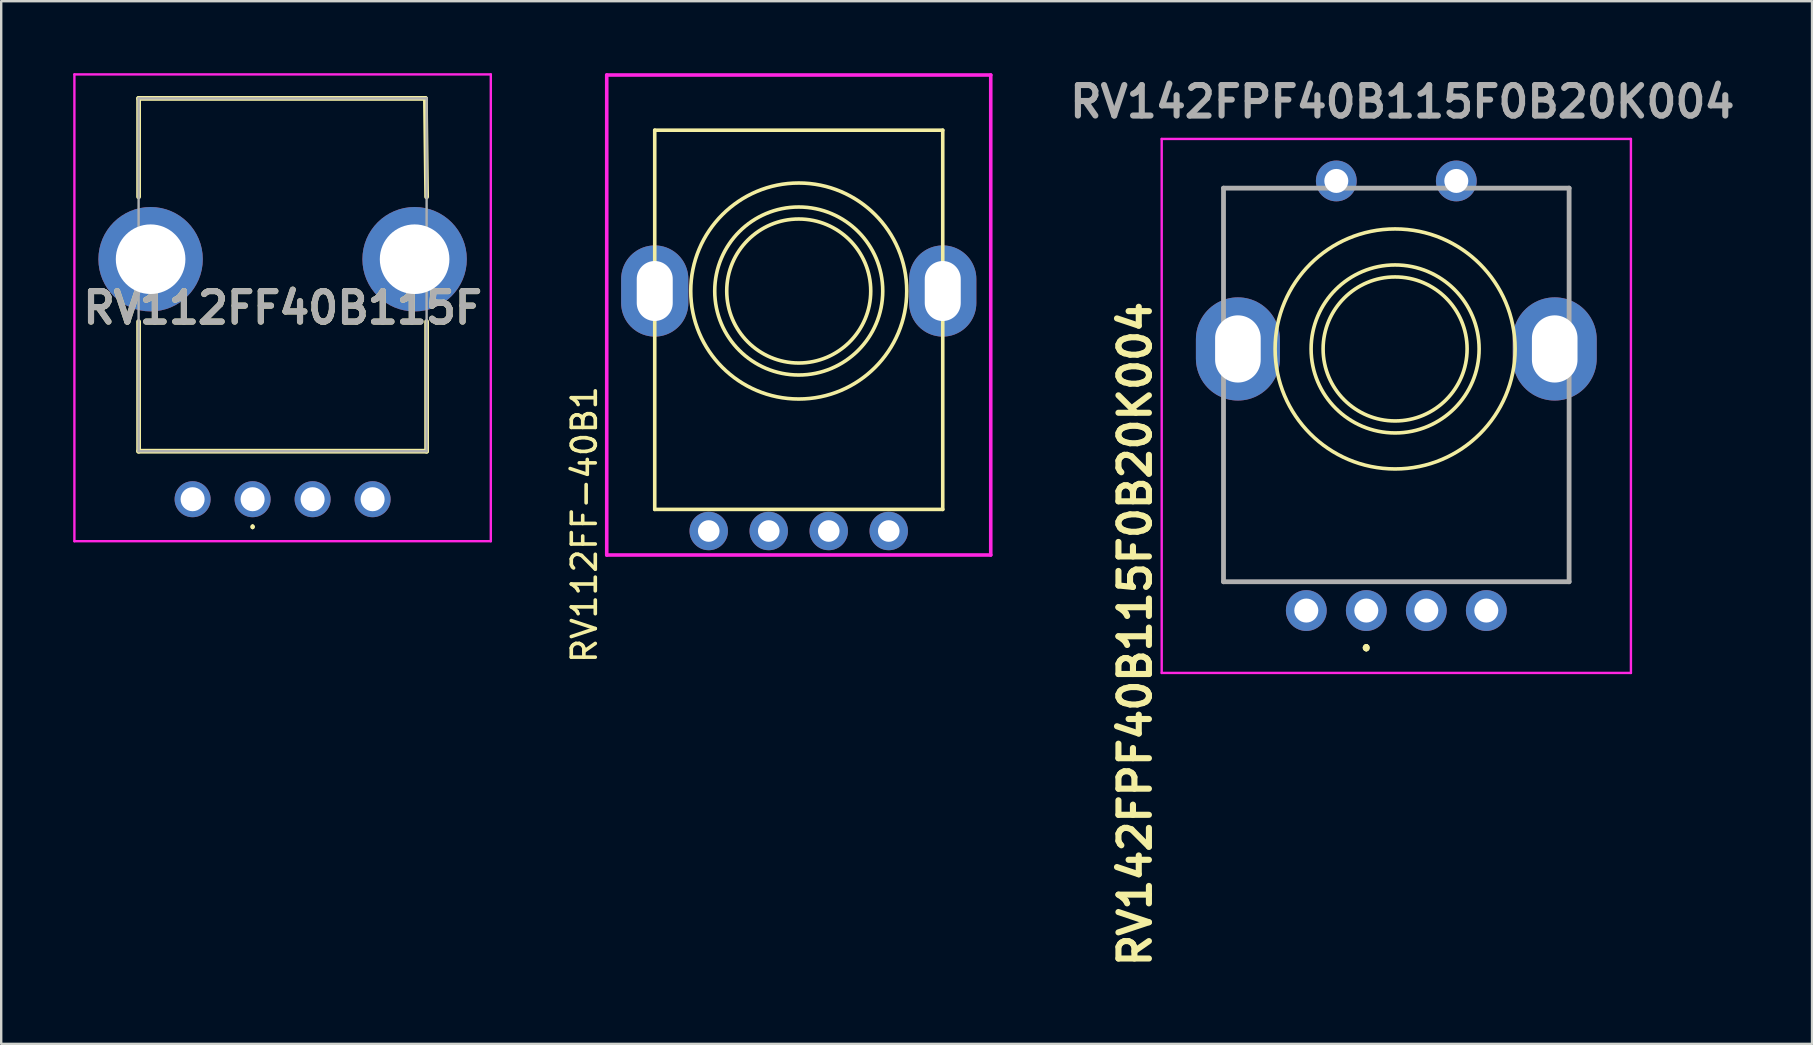
<source format=kicad_pcb>
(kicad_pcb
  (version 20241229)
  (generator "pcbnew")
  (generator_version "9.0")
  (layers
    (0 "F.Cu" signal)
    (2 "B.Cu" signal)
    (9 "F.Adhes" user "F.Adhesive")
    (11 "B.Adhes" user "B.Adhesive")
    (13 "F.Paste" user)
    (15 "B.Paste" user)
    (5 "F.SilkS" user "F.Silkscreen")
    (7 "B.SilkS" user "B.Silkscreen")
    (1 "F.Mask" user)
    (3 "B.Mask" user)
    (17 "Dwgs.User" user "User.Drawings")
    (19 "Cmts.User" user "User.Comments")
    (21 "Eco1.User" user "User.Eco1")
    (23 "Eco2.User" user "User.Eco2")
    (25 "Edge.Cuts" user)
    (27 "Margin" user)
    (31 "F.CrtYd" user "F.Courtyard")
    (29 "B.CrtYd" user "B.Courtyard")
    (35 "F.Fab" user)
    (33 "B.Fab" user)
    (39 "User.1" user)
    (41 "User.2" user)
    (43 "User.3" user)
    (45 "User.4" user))
  (footprint "RV112FF-40B1"
    (layer "F.Cu")
    (at 30.23 9.075)
    (property "Reference" "RV112FF-40B1" (at -8.932 9.731 270) (layer "F.SilkS") (effects (font (size 1 1) (thickness 0.15))))
    (attr through_hole)
    (fp_line (start -6 9.1) (end -6 -6.7) (stroke (width 0.15) (type solid)) (layer "F.SilkS"))
    (fp_line (start 6 -6.7) (end -6 -6.7) (stroke (width 0.15) (type solid)) (layer "F.SilkS"))
    (fp_line (start 6 -6.7) (end 6 9.1) (stroke (width 0.15) (type solid)) (layer "F.SilkS"))
    (fp_line (start 6 9.1) (end -6 9.1) (stroke (width 0.15) (type solid)) (layer "F.SilkS"))
    (fp_circle (center 0 0) (end 3 0) (stroke (width 0.15) (type solid)) (fill no) (layer "F.SilkS"))
    (fp_circle (center 0 0) (end 3.5 0) (stroke (width 0.15) (type solid)) (fill no) (layer "F.SilkS"))
    (fp_circle (center 0 0) (end 4.5 0) (stroke (width 0.15) (type solid)) (fill no) (layer "F.SilkS"))
    (fp_line (start -8 -9) (end -8 11) (stroke (width 0.15) (type solid)) (layer "F.CrtYd"))
    (fp_line (start 8 -9) (end -8 -9) (stroke (width 0.15) (type solid)) (layer "F.CrtYd"))
    (fp_line (start 8 11) (end -8 11) (stroke (width 0.15) (type solid)) (layer "F.CrtYd"))
    (fp_line (start 8 11) (end 8 -9) (stroke (width 0.15) (type solid)) (layer "F.CrtYd"))
    (pad "A1" thru_hole circle (at -3.75 10) (size 1.6 1.6) (drill 0.9) (layers "*.Cu" "*.Mask"))
    (pad "A2" thru_hole circle (at -1.25 10) (size 1.6 1.6) (drill 0.9) (layers "*.Cu" "*.Mask"))
    (pad "A3" thru_hole circle (at 1.25 10) (size 1.6 1.6) (drill 0.9) (layers "*.Cu" "*.Mask"))
    (pad "A4" thru_hole circle (at 3.75 10) (size 1.6 1.6) (drill 0.9) (layers "*.Cu" "*.Mask"))
    (pad "MH1" thru_hole oval (at -6 0) (size 2.8 3.8) (drill oval 1.5 2.5) (layers "*.Cu" "*.Mask"))
    (pad "MH2" thru_hole oval (at 6 0) (size 2.8 3.8) (drill oval 1.5 2.5) (layers "*.Cu" "*.Mask")))
  (footprint "RV142FPF40B115F0B20K004"
    (layer "F.Cu")
    (at 55.078 11.489)
    (property "Reference" "RV142FPF40B115F0B20K004" (at -10.832 11.881 270) (layer "F.SilkS") (effects (font (size 1.27 1.27) (thickness 0.254))))
    (attr through_hole)
    (fp_line (start -7.15 -6.7) (end -7.15 -6.7) (stroke (width 0.1) (type solid)) (layer "F.SilkS"))
    (fp_line (start -7.15 -6.7) (end -7.15 -6.7) (stroke (width 0.1) (type solid)) (layer "F.SilkS"))
    (fp_line (start -7.15 -6.7) (end -7.15 -2.75) (stroke (width 0.1) (type solid)) (layer "F.SilkS"))
    (fp_line (start -7.15 -6.7) (end -3.7 -6.7) (stroke (width 0.1) (type solid)) (layer "F.SilkS"))
    (fp_line (start -7.15 -2.75) (end -7.15 -6.7) (stroke (width 0.1) (type solid)) (layer "F.SilkS"))
    (fp_line (start -7.15 -2.75) (end -7.15 -2.75) (stroke (width 0.1) (type solid)) (layer "F.SilkS"))
    (fp_line (start -7.15 2.75) (end -7.15 2.75) (stroke (width 0.1) (type solid)) (layer "F.SilkS"))
    (fp_line (start -7.15 2.75) (end -7.15 9.7) (stroke (width 0.1) (type solid)) (layer "F.SilkS"))
    (fp_line (start -7.15 9.7) (end -7.15 2.75) (stroke (width 0.1) (type solid)) (layer "F.SilkS"))
    (fp_line (start -7.15 9.7) (end -7.15 9.7) (stroke (width 0.1) (type solid)) (layer "F.SilkS"))
    (fp_line (start -7.15 9.7) (end -7.15 9.7) (stroke (width 0.1) (type solid)) (layer "F.SilkS"))
    (fp_line (start -7.15 9.7) (end -4.95 9.7) (stroke (width 0.1) (type solid)) (layer "F.SilkS"))
    (fp_line (start -4.95 9.7) (end -7.15 9.7) (stroke (width 0.1) (type solid)) (layer "F.SilkS"))
    (fp_line (start -4.95 9.7) (end -4.95 9.7) (stroke (width 0.1) (type solid)) (layer "F.SilkS"))
    (fp_line (start -3.7 -6.7) (end -7.15 -6.7) (stroke (width 0.1) (type solid)) (layer "F.SilkS"))
    (fp_line (start -3.7 -6.7) (end -3.7 -6.7) (stroke (width 0.1) (type solid)) (layer "F.SilkS"))
    (fp_line (start -1.2 -6.7) (end -1.2 -6.7) (stroke (width 0.1) (type solid)) (layer "F.SilkS"))
    (fp_line (start -1.2 -6.7) (end 1.3 -6.7) (stroke (width 0.1) (type solid)) (layer "F.SilkS"))
    (fp_line (start -1.2 12.4) (end -1.2 12.4) (stroke (width 0.2) (type solid)) (layer "F.SilkS"))
    (fp_line (start -1.2 12.4) (end -1.2 12.4) (stroke (width 0.2) (type solid)) (layer "F.SilkS"))
    (fp_line (start -1.2 12.5) (end -1.2 12.5) (stroke (width 0.2) (type solid)) (layer "F.SilkS"))
    (fp_line (start 1.3 -6.7) (end -1.2 -6.7) (stroke (width 0.1) (type solid)) (layer "F.SilkS"))
    (fp_line (start 1.3 -6.7) (end 1.3 -6.7) (stroke (width 0.1) (type solid)) (layer "F.SilkS"))
    (fp_line (start 3.8 -6.7) (end 3.8 -6.7) (stroke (width 0.1) (type solid)) (layer "F.SilkS"))
    (fp_line (start 3.8 -6.7) (end 7.25 -6.7) (stroke (width 0.1) (type solid)) (layer "F.SilkS"))
    (fp_line (start 5.05 9.7) (end 5.05 9.7) (stroke (width 0.1) (type solid)) (layer "F.SilkS"))
    (fp_line (start 5.05 9.7) (end 7.25 9.7) (stroke (width 0.1) (type solid)) (layer "F.SilkS"))
    (fp_line (start 7.25 -6.7) (end 3.8 -6.7) (stroke (width 0.1) (type solid)) (layer "F.SilkS"))
    (fp_line (start 7.25 -6.7) (end 7.25 -6.7) (stroke (width 0.1) (type solid)) (layer "F.SilkS"))
    (fp_line (start 7.25 -6.7) (end 7.25 -6.7) (stroke (width 0.1) (type solid)) (layer "F.SilkS"))
    (fp_line (start 7.25 -6.7) (end 7.25 -2.75) (stroke (width 0.1) (type solid)) (layer "F.SilkS"))
    (fp_line (start 7.25 -2.75) (end 7.25 -6.7) (stroke (width 0.1) (type solid)) (layer "F.SilkS"))
    (fp_line (start 7.25 -2.75) (end 7.25 -2.75) (stroke (width 0.1) (type solid)) (layer "F.SilkS"))
    (fp_line (start 7.25 2.75) (end 7.25 2.75) (stroke (width 0.1) (type solid)) (layer "F.SilkS"))
    (fp_line (start 7.25 2.75) (end 7.25 9.7) (stroke (width 0.1) (type solid)) (layer "F.SilkS"))
    (fp_line (start 7.25 9.7) (end 5.05 9.7) (stroke (width 0.1) (type solid)) (layer "F.SilkS"))
    (fp_line (start 7.25 9.7) (end 7.25 2.75) (stroke (width 0.1) (type solid)) (layer "F.SilkS"))
    (fp_line (start 7.25 9.7) (end 7.25 9.7) (stroke (width 0.1) (type solid)) (layer "F.SilkS"))
    (fp_line (start 7.25 9.7) (end 7.25 9.7) (stroke (width 0.1) (type solid)) (layer "F.SilkS"))
    (fp_arc (start -1.2 12.4) (mid -1.15 12.45) (end -1.2 12.5) (stroke (width 0.2) (type solid)) (layer "F.SilkS"))
    (fp_arc (start -1.2 12.5) (mid -1.25 12.45) (end -1.2 12.4) (stroke (width 0.2) (type solid)) (layer "F.SilkS"))
    (fp_arc (start -1.2 12.5) (mid -1.25 12.45) (end -1.2 12.4) (stroke (width 0.2) (type solid)) (layer "F.SilkS"))
    (fp_circle (center 0 0) (end 3 0) (stroke (width 0.15) (type solid)) (fill no) (layer "F.SilkS"))
    (fp_circle (center 0 0) (end 3.5 0) (stroke (width 0.15) (type solid)) (fill no) (layer "F.SilkS"))
    (fp_circle (center 0 0) (end 5 0) (stroke (width 0.15) (type solid)) (fill no) (layer "F.SilkS"))
    (fp_line (start -9.725 -8.75) (end 9.825 -8.75) (stroke (width 0.1) (type solid)) (layer "F.CrtYd"))
    (fp_line (start -9.725 13.5) (end -9.725 -8.75) (stroke (width 0.1) (type solid)) (layer "F.CrtYd"))
    (fp_line (start 9.825 -8.75) (end 9.825 13.5) (stroke (width 0.1) (type solid)) (layer "F.CrtYd"))
    (fp_line (start 9.825 13.5) (end -9.725 13.5) (stroke (width 0.1) (type solid)) (layer "F.CrtYd"))
    (fp_line (start -7.15 -6.7) (end -7.15 9.7) (stroke (width 0.2) (type solid)) (layer "F.Fab"))
    (fp_line (start -7.15 9.7) (end 7.25 9.7) (stroke (width 0.2) (type solid)) (layer "F.Fab"))
    (fp_line (start 7.25 -6.7) (end -7.15 -6.7) (stroke (width 0.2) (type solid)) (layer "F.Fab"))
    (fp_line (start 7.25 9.7) (end 7.25 -6.7) (stroke (width 0.2) (type solid)) (layer "F.Fab"))
    (fp_text user "${REFERENCE}" (at 0.3 -10.3 0) (layer "F.Fab") (effects (font (size 1.27 1.27) (thickness 0.254))))
    (pad "A1" thru_hole circle (at -1.2 10.9) (size 1.7 1.7) (drill 1) (layers "*.Cu" "*.Mask"))
    (pad "A2" thru_hole circle (at 1.3 10.9) (size 1.7 1.7) (drill 1) (layers "*.Cu" "*.Mask"))
    (pad "A3" thru_hole circle (at 3.8 10.9) (size 1.7 1.7) (drill 1) (layers "*.Cu" "*.Mask"))
    (pad "B2" thru_hole circle (at -3.7 10.9) (size 1.7 1.7) (drill 1) (layers "*.Cu" "*.Mask"))
    (pad "MH1" thru_hole oval (at -6.55 0) (size 3.5 4.3) (drill oval 1.9 2.8) (layers "*.Cu" "*.Mask"))
    (pad "MH2" thru_hole oval (at 6.65 0) (size 3.5 4.3) (drill oval 1.9 2.8) (layers "*.Cu" "*.Mask"))
    (pad "S1" thru_hole circle (at -2.45 -7) (size 1.7 1.7) (drill 1) (layers "*.Cu" "*.Mask"))
    (pad "S2" thru_hole circle (at 2.55 -7) (size 1.7 1.7) (drill 1) (layers "*.Cu" "*.Mask")))
  (footprint "RV112FF40B115F"
    (layer "F.Cu")
    (at 7.475 17.75)
    (property "Reference" "RV112FF40B115F" (at 1.25 -7.975 0) (layer "F.SilkS") (effects (font (size 1.27 1.27) (thickness 0.254))))
    (attr through_hole)
    (fp_line (start -4.75 -16.7) (end 7.2 -16.7) (stroke (width 0.2) (type solid)) (layer "F.SilkS"))
    (fp_line (start -4.75 -12.6) (end -4.75 -16.7) (stroke (width 0.2) (type solid)) (layer "F.SilkS"))
    (fp_line (start -4.75 -7.4) (end -4.75 -2) (stroke (width 0.2) (type solid)) (layer "F.SilkS"))
    (fp_line (start -4.75 -2) (end 7.25 -2) (stroke (width 0.2) (type solid)) (layer "F.SilkS"))
    (fp_line (start 0 1.1) (end 0 1.1) (stroke (width 0.1) (type solid)) (layer "F.SilkS"))
    (fp_line (start 0 1.2) (end 0 1.2) (stroke (width 0.1) (type solid)) (layer "F.SilkS"))
    (fp_line (start 7.2 -16.7) (end 7.25 -12.6) (stroke (width 0.2) (type solid)) (layer "F.SilkS"))
    (fp_line (start 7.25 -2) (end 7.25 -7.4) (stroke (width 0.2) (type solid)) (layer "F.SilkS"))
    (fp_arc (start 0 1.1) (mid 0.05 1.15) (end 0 1.2) (stroke (width 0.1) (type solid)) (layer "F.SilkS"))
    (fp_arc (start 0 1.2) (mid -0.05 1.15) (end 0 1.1) (stroke (width 0.1) (type solid)) (layer "F.SilkS"))
    (fp_line (start -7.425 -17.7) (end 9.925 -17.7) (stroke (width 0.1) (type solid)) (layer "F.CrtYd"))
    (fp_line (start -7.425 1.75) (end -7.425 -17.7) (stroke (width 0.1) (type solid)) (layer "F.CrtYd"))
    (fp_line (start 9.925 -17.7) (end 9.925 1.75) (stroke (width 0.1) (type solid)) (layer "F.CrtYd"))
    (fp_line (start 9.925 1.75) (end -7.425 1.75) (stroke (width 0.1) (type solid)) (layer "F.CrtYd"))
    (fp_line (start -4.75 -16.7) (end 7.25 -16.7) (stroke (width 0.1) (type solid)) (layer "F.Fab"))
    (fp_line (start -4.75 -2) (end -4.75 -16.7) (stroke (width 0.1) (type solid)) (layer "F.Fab"))
    (fp_line (start 7.25 -16.7) (end 7.25 -2) (stroke (width 0.1) (type solid)) (layer "F.Fab"))
    (fp_line (start 7.25 -2) (end -4.75 -2) (stroke (width 0.1) (type solid)) (layer "F.Fab"))
    (fp_text user "${REFERENCE}" (at 1.25 -7.975 0) (layer "F.Fab") (effects (font (size 1.27 1.27) (thickness 0.254))))
    (pad "A1" thru_hole circle (at 0 0) (size 1.5 1.5) (drill 1) (layers "*.Cu" "*.Mask"))
    (pad "A2" thru_hole circle (at -2.5 0) (size 1.5 1.5) (drill 1) (layers "*.Cu" "*.Mask"))
    (pad "A3" thru_hole circle (at 5 0) (size 1.5 1.5) (drill 1) (layers "*.Cu" "*.Mask"))
    (pad "B2" thru_hole circle (at 2.5 0) (size 1.5 1.5) (drill 1) (layers "*.Cu" "*.Mask"))
    (pad "MH1" thru_hole circle (at -4.25 -10) (size 4.35 4.35) (drill 2.9) (layers "*.Cu" "*.Mask"))
    (pad "MH2" thru_hole circle (at 6.75 -10) (size 4.35 4.35) (drill 2.9) (layers "*.Cu" "*.Mask")))
  (gr_rect
    (start -3 -3)
    (end 72.45 40.443)
    (stroke (width 0.1) (type default))
    (fill no)
    (layer "Edge.Cuts")))
</source>
